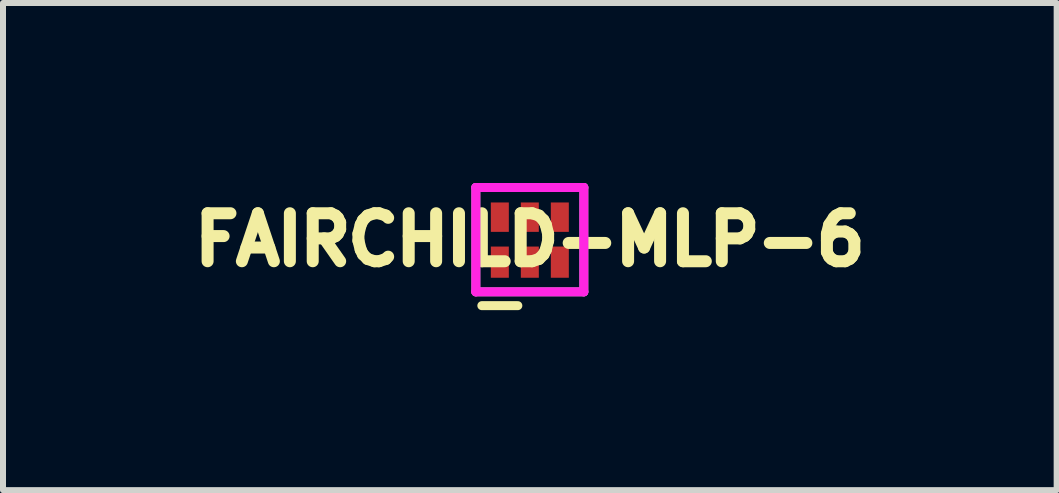
<source format=kicad_pcb>
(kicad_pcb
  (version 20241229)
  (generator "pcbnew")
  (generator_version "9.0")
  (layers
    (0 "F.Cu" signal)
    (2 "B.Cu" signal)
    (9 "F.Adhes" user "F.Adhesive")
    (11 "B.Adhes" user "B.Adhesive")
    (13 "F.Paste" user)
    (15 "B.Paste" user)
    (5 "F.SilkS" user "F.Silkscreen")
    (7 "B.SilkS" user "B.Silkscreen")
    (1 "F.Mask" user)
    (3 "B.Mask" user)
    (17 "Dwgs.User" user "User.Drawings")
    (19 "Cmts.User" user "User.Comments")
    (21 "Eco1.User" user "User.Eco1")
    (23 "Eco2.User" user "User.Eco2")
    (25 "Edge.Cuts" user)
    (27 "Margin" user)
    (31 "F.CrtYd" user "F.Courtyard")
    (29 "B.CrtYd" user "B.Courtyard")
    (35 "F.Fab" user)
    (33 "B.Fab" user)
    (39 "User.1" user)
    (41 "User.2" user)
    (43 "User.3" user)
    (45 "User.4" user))
  (footprint "FAIRCHILD-MLP-6"
    (layer "F.Cu")
    (at 5.782 0.945)
    (property "Reference" "FAIRCHILD-MLP-6" (at 0 0 0) (layer "F.SilkS") (effects (font (size 0.8 0.8) (thickness 0.2))))
    (attr smd)
    (fp_line (start -0.8 1.1) (end -0.2 1.1) (stroke (width 0.15) (type solid)) (layer "F.SilkS"))
    (fp_line (start -0.9 -0.87) (end 0.9 -0.87) (stroke (width 0.15) (type solid)) (layer "F.CrtYd"))
    (fp_line (start -0.9 0.87) (end -0.9 -0.87) (stroke (width 0.15) (type solid)) (layer "F.CrtYd"))
    (fp_line (start 0.9 -0.87) (end 0.9 0.87) (stroke (width 0.15) (type solid)) (layer "F.CrtYd"))
    (fp_line (start 0.9 0.87) (end -0.9 0.87) (stroke (width 0.15) (type solid)) (layer "F.CrtYd"))
    (fp_line (start -0.9 -0.87) (end 0.9 -0.87) (stroke (width 0.15) (type solid)) (layer "F.Fab"))
    (fp_line (start -0.9 0.87) (end -0.9 -0.87) (stroke (width 0.15) (type solid)) (layer "F.Fab"))
    (fp_line (start 0.9 -0.87) (end 0.9 0.87) (stroke (width 0.15) (type solid)) (layer "F.Fab"))
    (fp_line (start 0.9 0.87) (end -0.9 0.87) (stroke (width 0.15) (type solid)) (layer "F.Fab"))
    (pad "1" smd rect (at -0.5 0.375) (size 0.3 0.52) (layers "F.Cu" "F.Mask" "F.Paste"))
    (pad "2" smd rect (at 0 0.375) (size 0.3 0.52) (layers "F.Cu" "F.Mask" "F.Paste"))
    (pad "3" smd rect (at 0.5 0.375) (size 0.3 0.52) (layers "F.Cu" "F.Mask" "F.Paste"))
    (pad "4" smd rect (at 0.5 -0.375) (size 0.3 0.49) (layers "F.Cu" "F.Mask" "F.Paste"))
    (pad "5" smd rect (at 0 -0.375) (size 0.3 0.49) (layers "F.Cu" "F.Mask" "F.Paste"))
    (pad "6" smd rect (at -0.5 -0.375) (size 0.3 0.49) (layers "F.Cu" "F.Mask" "F.Paste")))
  (gr_rect
    (start -3 -3)
    (end 14.564 5.12)
    (stroke (width 0.1) (type default))
    (fill no)
    (layer "Edge.Cuts")))
</source>
